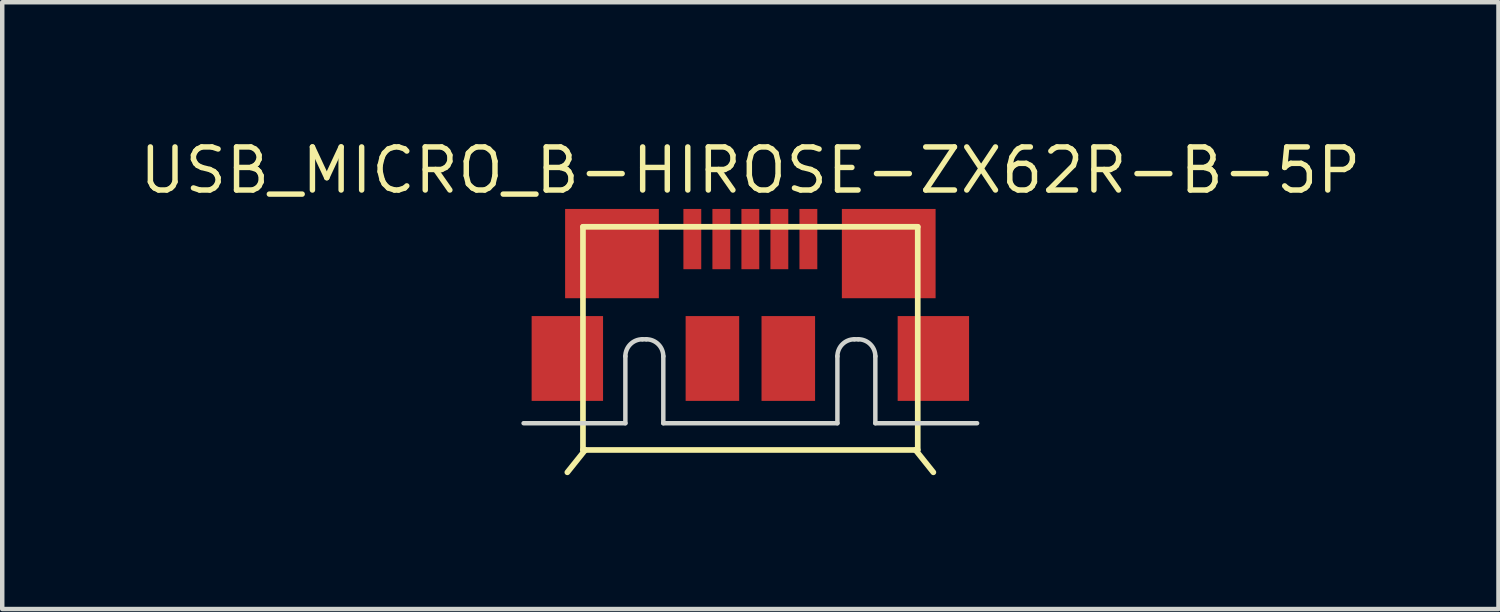
<source format=kicad_pcb>
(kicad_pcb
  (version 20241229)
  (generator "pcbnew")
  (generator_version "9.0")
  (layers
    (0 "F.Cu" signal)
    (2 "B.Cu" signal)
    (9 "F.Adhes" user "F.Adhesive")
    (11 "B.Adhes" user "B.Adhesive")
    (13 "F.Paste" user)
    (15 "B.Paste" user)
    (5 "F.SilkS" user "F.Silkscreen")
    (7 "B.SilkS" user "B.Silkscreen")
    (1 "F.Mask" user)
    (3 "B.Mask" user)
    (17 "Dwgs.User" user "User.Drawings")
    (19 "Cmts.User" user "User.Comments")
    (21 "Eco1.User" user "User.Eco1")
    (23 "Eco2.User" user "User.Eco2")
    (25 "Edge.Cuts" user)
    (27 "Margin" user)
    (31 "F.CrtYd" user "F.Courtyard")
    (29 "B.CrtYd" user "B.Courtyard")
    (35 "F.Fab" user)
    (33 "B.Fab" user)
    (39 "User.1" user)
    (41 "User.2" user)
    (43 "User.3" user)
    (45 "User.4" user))
  (footprint "USB_MICRO_B-HIROSE-ZX62R-B-5P"
    (layer "F.Cu")
    (at 13.76 6.431)
    (property "Reference" "USB_MICRO_B-HIROSE-ZX62R-B-5P" (at 0 -5.1 0) (layer "F.SilkS") (effects (font (size 0.965 0.965) (thickness 0.122)) (justify bottom)))
    (attr through_hole)
    (fp_line (start -3.75 -4.4) (end 3.75 -4.4) (stroke (width 0.127) (type solid)) (layer "F.SilkS"))
    (fp_line (start -3.75 0.6) (end -3.75 -4.4) (stroke (width 0.127) (type solid)) (layer "F.SilkS"))
    (fp_line (start -3.75 0.6) (end -3.7 0.6) (stroke (width 0.127) (type solid)) (layer "F.SilkS"))
    (fp_line (start -3.7 0.6) (end -4.1 1.1) (stroke (width 0.127) (type solid)) (layer "F.SilkS"))
    (fp_line (start -3.7 0.6) (end 3.7 0.6) (stroke (width 0.127) (type solid)) (layer "F.SilkS"))
    (fp_line (start 3.7 0.6) (end 3.75 0.6) (stroke (width 0.127) (type solid)) (layer "F.SilkS"))
    (fp_line (start 3.7 0.6) (end 4.1 1.1) (stroke (width 0.127) (type solid)) (layer "F.SilkS"))
    (fp_line (start 3.75 -4.4) (end 3.75 0.6) (stroke (width 0.127) (type solid)) (layer "F.SilkS"))
    (fp_line (start -5.08 0) (end -2.8 0) (stroke (width 0.1) (type solid)) (layer "Edge.Cuts"))
    (fp_line (start -2.8 0) (end -2.8 -1.499) (stroke (width 0.1) (type solid)) (layer "Edge.Cuts"))
    (fp_line (start -2.419 -1.88) (end -2.331 -1.88) (stroke (width 0.1) (type solid)) (layer "Edge.Cuts"))
    (fp_line (start -1.95 -1.499) (end -1.95 0) (stroke (width 0.1) (type solid)) (layer "Edge.Cuts"))
    (fp_line (start -1.95 0) (end 1.95 0) (stroke (width 0.1) (type solid)) (layer "Edge.Cuts"))
    (fp_line (start 1.95 0) (end 1.95 -1.499) (stroke (width 0.1) (type solid)) (layer "Edge.Cuts"))
    (fp_line (start 2.331 -1.88) (end 2.419 -1.88) (stroke (width 0.1) (type solid)) (layer "Edge.Cuts"))
    (fp_line (start 2.8 -1.499) (end 2.8 0) (stroke (width 0.1) (type solid)) (layer "Edge.Cuts"))
    (fp_line (start 2.8 0) (end 5.08 0) (stroke (width 0.1) (type solid)) (layer "Edge.Cuts"))
    (fp_arc (start -2.8 -1.499) (mid -2.688408 -1.768408) (end -2.419 -1.88) (stroke (width 0.1) (type solid)) (layer "Edge.Cuts"))
    (fp_arc (start -2.331 -1.88) (mid -2.061592 -1.768408) (end -1.95 -1.499) (stroke (width 0.1) (type solid)) (layer "Edge.Cuts"))
    (fp_arc (start 1.95 -1.499) (mid 2.061592 -1.768408) (end 2.331 -1.88) (stroke (width 0.1) (type solid)) (layer "Edge.Cuts"))
    (fp_arc (start 2.419 -1.88) (mid 2.688408 -1.768408) (end 2.8 -1.499) (stroke (width 0.1) (type solid)) (layer "Edge.Cuts"))
    (pad "1" smd rect (at 1.3 -4.125) (size 0.4 1.35) (layers "F.Cu" "F.Mask" "F.Paste"))
    (pad "2" smd rect (at 0.65 -4.125) (size 0.4 1.35) (layers "F.Cu" "F.Mask" "F.Paste"))
    (pad "3" smd rect (at 0 -4.125) (size 0.4 1.35) (layers "F.Cu" "F.Mask" "F.Paste"))
    (pad "4" smd rect (at -0.65 -4.125) (size 0.4 1.35) (layers "F.Cu" "F.Mask" "F.Paste"))
    (pad "5" smd rect (at -1.3 -4.125) (size 0.4 1.35) (layers "F.Cu" "F.Mask" "F.Paste"))
    (pad "6" smd rect (at -4.1 -1.45) (size 1.6 1.9) (layers "F.Cu" "F.Mask" "F.Paste"))
    (pad "6" smd rect (at -3.1 -3.8) (size 2.1 2) (layers "F.Cu" "F.Mask" "F.Paste"))
    (pad "6" smd rect (at -0.85 -1.45) (size 1.2 1.9) (layers "F.Cu" "F.Mask" "F.Paste"))
    (pad "6" smd rect (at 0.85 -1.45) (size 1.2 1.9) (layers "F.Cu" "F.Mask" "F.Paste"))
    (pad "6" smd rect (at 3.1 -3.8) (size 2.1 2) (layers "F.Cu" "F.Mask" "F.Paste"))
    (pad "6" smd rect (at 4.1 -1.45) (size 1.6 1.9) (layers "F.Cu" "F.Mask" "F.Paste")))
  (gr_rect
    (start -3 -3)
    (end 30.52 10.594)
    (stroke (width 0.1) (type default))
    (fill no)
    (layer "Edge.Cuts")))
</source>
